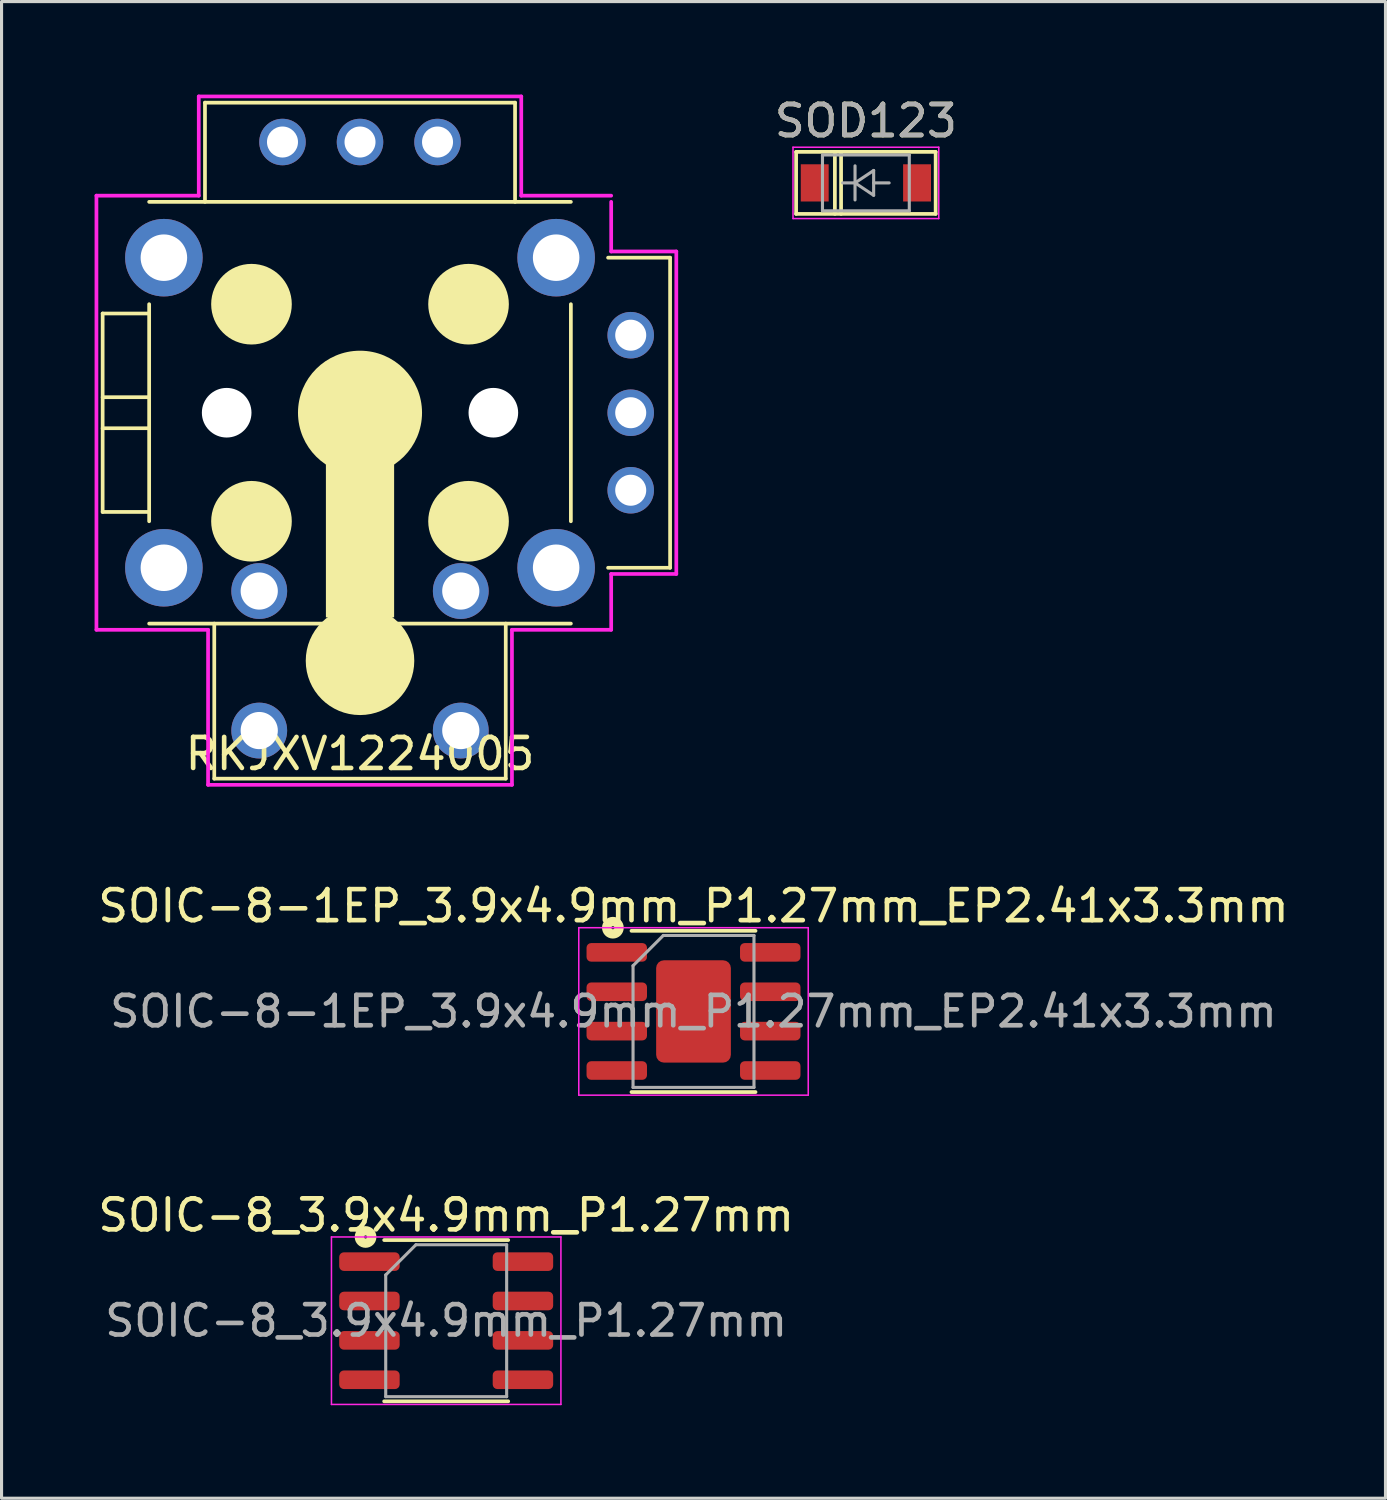
<source format=kicad_pcb>
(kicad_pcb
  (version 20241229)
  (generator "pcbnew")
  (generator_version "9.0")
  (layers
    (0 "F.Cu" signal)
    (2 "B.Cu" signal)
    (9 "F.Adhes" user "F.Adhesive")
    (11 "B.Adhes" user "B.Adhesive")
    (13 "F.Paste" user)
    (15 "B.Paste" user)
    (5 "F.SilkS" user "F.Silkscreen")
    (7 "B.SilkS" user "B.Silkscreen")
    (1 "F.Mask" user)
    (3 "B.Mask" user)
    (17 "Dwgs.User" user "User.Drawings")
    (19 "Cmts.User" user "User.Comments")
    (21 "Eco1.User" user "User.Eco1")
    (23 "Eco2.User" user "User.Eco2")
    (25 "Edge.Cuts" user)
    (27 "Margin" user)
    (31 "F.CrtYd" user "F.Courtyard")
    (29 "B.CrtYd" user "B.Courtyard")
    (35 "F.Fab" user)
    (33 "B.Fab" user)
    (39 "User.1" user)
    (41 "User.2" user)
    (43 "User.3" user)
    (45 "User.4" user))
  (footprint "SOD123"
    (layer "F.Cu")
    (at 24.874 2.848)
    (property "Reference" "SOD123" (at 0 -2 0) (layer "F.SilkS") (effects (font (size 1 1) (thickness 0.15))))
    (attr smd)
    (fp_line (start -2.25 -1) (end -2.25 1) (stroke (width 0.12) (type solid)) (layer "F.SilkS"))
    (fp_line (start -2.25 -1) (end 2.25 -1) (stroke (width 0.12) (type solid)) (layer "F.SilkS"))
    (fp_line (start -2.25 1) (end 2.25 1) (stroke (width 0.12) (type solid)) (layer "F.SilkS"))
    (fp_line (start -1 -1) (end -1 1) (stroke (width 0.12) (type solid)) (layer "F.SilkS"))
    (fp_line (start -0.8 -1) (end -0.8 1) (stroke (width 0.12) (type solid)) (layer "F.SilkS"))
    (fp_line (start 2.25 1) (end 2.25 -1) (stroke (width 0.12) (type solid)) (layer "F.SilkS"))
    (fp_line (start -2.35 -1.15) (end -2.35 1.15) (stroke (width 0.05) (type solid)) (layer "F.CrtYd"))
    (fp_line (start -2.35 -1.15) (end 2.35 -1.15) (stroke (width 0.05) (type solid)) (layer "F.CrtYd"))
    (fp_line (start 2.35 -1.15) (end 2.35 1.15) (stroke (width 0.05) (type solid)) (layer "F.CrtYd"))
    (fp_line (start 2.35 1.15) (end -2.35 1.15) (stroke (width 0.05) (type solid)) (layer "F.CrtYd"))
    (fp_line (start -1.4 -0.9) (end 1.4 -0.9) (stroke (width 0.1) (type solid)) (layer "F.Fab"))
    (fp_line (start -1.4 0.9) (end -1.4 -0.9) (stroke (width 0.1) (type solid)) (layer "F.Fab"))
    (fp_line (start -0.75 0) (end -0.35 0) (stroke (width 0.1) (type solid)) (layer "F.Fab"))
    (fp_line (start -0.35 0) (end -0.35 -0.55) (stroke (width 0.1) (type solid)) (layer "F.Fab"))
    (fp_line (start -0.35 0) (end -0.35 0.55) (stroke (width 0.1) (type solid)) (layer "F.Fab"))
    (fp_line (start -0.35 0) (end 0.25 -0.4) (stroke (width 0.1) (type solid)) (layer "F.Fab"))
    (fp_line (start 0.25 -0.4) (end 0.25 0.4) (stroke (width 0.1) (type solid)) (layer "F.Fab"))
    (fp_line (start 0.25 0) (end 0.75 0) (stroke (width 0.1) (type solid)) (layer "F.Fab"))
    (fp_line (start 0.25 0.4) (end -0.35 0) (stroke (width 0.1) (type solid)) (layer "F.Fab"))
    (fp_line (start 1.4 -0.9) (end 1.4 0.9) (stroke (width 0.1) (type solid)) (layer "F.Fab"))
    (fp_line (start 1.4 0.9) (end -1.4 0.9) (stroke (width 0.1) (type solid)) (layer "F.Fab"))
    (fp_text user "${REFERENCE}" (at 0 -2 0) (layer "F.Fab") (effects (font (size 1 1) (thickness 0.15))))
    (pad "1" smd rect (at -1.65 0) (size 0.9 1.2) (layers "F.Cu" "F.Mask" "F.Paste"))
    (pad "2" smd rect (at 1.65 0) (size 0.9 1.2) (layers "F.Cu" "F.Mask" "F.Paste")))
  (footprint "SOIC-8_3.9x4.9mm_P1.27mm"
    (layer "F.Cu")
    (at 11.339 39.541)
    (property "Reference" "SOIC-8_3.9x4.9mm_P1.27mm" (at 0 -3.4 0) (layer "F.SilkS") (effects (font (size 1 1) (thickness 0.15))))
    (attr smd)
    (fp_line (start -2 -2.6) (end 2 -2.6) (stroke (width 0.12) (type solid)) (layer "F.SilkS"))
    (fp_line (start -2 2.6) (end 2 2.6) (stroke (width 0.12) (type solid)) (layer "F.SilkS"))
    (fp_circle (center -2.6 -2.7) (end -2.4 -2.7) (stroke (width 0.3) (type solid)) (fill no) (layer "F.SilkS"))
    (fp_line (start -3.7 -2.7) (end -3.7 2.7) (stroke (width 0.05) (type solid)) (layer "F.CrtYd"))
    (fp_line (start -3.7 2.7) (end 3.7 2.7) (stroke (width 0.05) (type solid)) (layer "F.CrtYd"))
    (fp_line (start 3.7 -2.7) (end -3.7 -2.7) (stroke (width 0.05) (type solid)) (layer "F.CrtYd"))
    (fp_line (start 3.7 2.7) (end 3.7 -2.7) (stroke (width 0.05) (type solid)) (layer "F.CrtYd"))
    (fp_line (start -1.95 -1.475) (end -0.975 -2.45) (stroke (width 0.1) (type solid)) (layer "F.Fab"))
    (fp_line (start -1.95 2.45) (end -1.95 -1.475) (stroke (width 0.1) (type solid)) (layer "F.Fab"))
    (fp_line (start -0.975 -2.45) (end 1.95 -2.45) (stroke (width 0.1) (type solid)) (layer "F.Fab"))
    (fp_line (start 1.95 -2.45) (end 1.95 2.45) (stroke (width 0.1) (type solid)) (layer "F.Fab"))
    (fp_line (start 1.95 2.45) (end -1.95 2.45) (stroke (width 0.1) (type solid)) (layer "F.Fab"))
    (fp_text user "${REFERENCE}" (at 0 0 0) (layer "F.Fab") (effects (font (size 0.98 0.98) (thickness 0.15))))
    (pad "1" smd roundrect (at -2.475 -1.905) (size 1.95 0.6) (layers "F.Cu" "F.Mask" "F.Paste") (roundrect_rratio 0.25))
    (pad "2" smd roundrect (at -2.475 -0.635) (size 1.95 0.6) (layers "F.Cu" "F.Mask" "F.Paste") (roundrect_rratio 0.25))
    (pad "3" smd roundrect (at -2.475 0.635) (size 1.95 0.6) (layers "F.Cu" "F.Mask" "F.Paste") (roundrect_rratio 0.25))
    (pad "4" smd roundrect (at -2.475 1.905) (size 1.95 0.6) (layers "F.Cu" "F.Mask" "F.Paste") (roundrect_rratio 0.25))
    (pad "5" smd roundrect (at 2.475 1.905) (size 1.95 0.6) (layers "F.Cu" "F.Mask" "F.Paste") (roundrect_rratio 0.25))
    (pad "6" smd roundrect (at 2.475 0.635) (size 1.95 0.6) (layers "F.Cu" "F.Mask" "F.Paste") (roundrect_rratio 0.25))
    (pad "7" smd roundrect (at 2.475 -0.635) (size 1.95 0.6) (layers "F.Cu" "F.Mask" "F.Paste") (roundrect_rratio 0.25))
    (pad "8" smd roundrect (at 2.475 -1.905) (size 1.95 0.6) (layers "F.Cu" "F.Mask" "F.Paste") (roundrect_rratio 0.25)))
  (footprint "SOIC-8-1EP_3.9x4.9mm_P1.27mm_EP2.41x3.3mm"
    (layer "F.Cu")
    (at 19.315 29.568)
    (property "Reference" "SOIC-8-1EP_3.9x4.9mm_P1.27mm_EP2.41x3.3mm" (at 0 -3.4 0) (layer "F.SilkS") (effects (font (size 1 1) (thickness 0.15))))
    (attr smd)
    (fp_line (start -2 -2.6) (end 2 -2.6) (stroke (width 0.12) (type solid)) (layer "F.SilkS"))
    (fp_line (start -2 2.6) (end 2 2.6) (stroke (width 0.12) (type solid)) (layer "F.SilkS"))
    (fp_circle (center -2.6 -2.7) (end -2.4 -2.7) (stroke (width 0.3) (type solid)) (fill no) (layer "F.SilkS"))
    (fp_line (start -3.7 -2.7) (end -3.7 2.7) (stroke (width 0.05) (type solid)) (layer "F.CrtYd"))
    (fp_line (start -3.7 2.7) (end 3.7 2.7) (stroke (width 0.05) (type solid)) (layer "F.CrtYd"))
    (fp_line (start 3.7 -2.7) (end -3.7 -2.7) (stroke (width 0.05) (type solid)) (layer "F.CrtYd"))
    (fp_line (start 3.7 2.7) (end 3.7 -2.7) (stroke (width 0.05) (type solid)) (layer "F.CrtYd"))
    (fp_line (start -1.95 -1.475) (end -0.975 -2.45) (stroke (width 0.1) (type solid)) (layer "F.Fab"))
    (fp_line (start -1.95 2.45) (end -1.95 -1.475) (stroke (width 0.1) (type solid)) (layer "F.Fab"))
    (fp_line (start -0.975 -2.45) (end 1.95 -2.45) (stroke (width 0.1) (type solid)) (layer "F.Fab"))
    (fp_line (start 1.95 -2.45) (end 1.95 2.45) (stroke (width 0.1) (type solid)) (layer "F.Fab"))
    (fp_line (start 1.95 2.45) (end -1.95 2.45) (stroke (width 0.1) (type solid)) (layer "F.Fab"))
    (fp_text user "${REFERENCE}" (at 0 0 0) (layer "F.Fab") (effects (font (size 0.98 0.98) (thickness 0.15))))
    (pad "" smd roundrect (at -0.6 -0.825) (size 0.97 1.33) (layers "F.Paste") (roundrect_rratio 0.25))
    (pad "" smd roundrect (at -0.6 0.825) (size 0.97 1.33) (layers "F.Paste") (roundrect_rratio 0.25))
    (pad "" smd roundrect (at 0.6 -0.825) (size 0.97 1.33) (layers "F.Paste") (roundrect_rratio 0.25))
    (pad "" smd roundrect (at 0.6 0.825) (size 0.97 1.33) (layers "F.Paste") (roundrect_rratio 0.25))
    (pad "1" smd roundrect (at -2.475 -1.905) (size 1.95 0.6) (layers "F.Cu" "F.Mask" "F.Paste") (roundrect_rratio 0.25))
    (pad "2" smd roundrect (at -2.475 -0.635) (size 1.95 0.6) (layers "F.Cu" "F.Mask" "F.Paste") (roundrect_rratio 0.25))
    (pad "3" smd roundrect (at -2.475 0.635) (size 1.95 0.6) (layers "F.Cu" "F.Mask" "F.Paste") (roundrect_rratio 0.25))
    (pad "4" smd roundrect (at -2.475 1.905) (size 1.95 0.6) (layers "F.Cu" "F.Mask" "F.Paste") (roundrect_rratio 0.25))
    (pad "5" smd roundrect (at 2.475 1.905) (size 1.95 0.6) (layers "F.Cu" "F.Mask" "F.Paste") (roundrect_rratio 0.25))
    (pad "6" smd roundrect (at 2.475 0.635) (size 1.95 0.6) (layers "F.Cu" "F.Mask" "F.Paste") (roundrect_rratio 0.25))
    (pad "7" smd roundrect (at 2.475 -0.635) (size 1.95 0.6) (layers "F.Cu" "F.Mask" "F.Paste") (roundrect_rratio 0.25))
    (pad "8" smd roundrect (at 2.475 -1.905) (size 1.95 0.6) (layers "F.Cu" "F.Mask" "F.Paste") (roundrect_rratio 0.25))
    (pad "9" smd roundrect (at 0 0) (size 2.41 3.3) (layers "F.Cu" "F.Mask") (roundrect_rratio 0.104)))
  (footprint "RKJXV1224005"
    (layer "F.Cu")
    (at 8.56 10.26)
    (property "Reference" "RKJXV1224005" (at 0 11 0) (layer "F.SilkS") (effects (font (size 1 1) (thickness 0.15))))
    (attr through_hole)
    (fp_line (start -8.3 -3.2) (end -8.3 3.2) (stroke (width 0.12) (type solid)) (layer "F.SilkS"))
    (fp_line (start -8.3 3.2) (end -6.8 3.2) (stroke (width 0.12) (type solid)) (layer "F.SilkS"))
    (fp_line (start -6.8 -6.8) (end 6.8 -6.8) (stroke (width 0.12) (type solid)) (layer "F.SilkS"))
    (fp_line (start -6.8 -3.2) (end -8.3 -3.2) (stroke (width 0.12) (type solid)) (layer "F.SilkS"))
    (fp_line (start -6.8 -0.5) (end -8.3 -0.5) (stroke (width 0.12) (type solid)) (layer "F.SilkS"))
    (fp_line (start -6.8 0.5) (end -8.3 0.5) (stroke (width 0.12) (type solid)) (layer "F.SilkS"))
    (fp_line (start -6.8 3.5) (end -6.8 -3.5) (stroke (width 0.12) (type solid)) (layer "F.SilkS"))
    (fp_line (start -5 -10) (end 5 -10) (stroke (width 0.12) (type solid)) (layer "F.SilkS"))
    (fp_line (start -5 -6.8) (end -5 -10) (stroke (width 0.12) (type solid)) (layer "F.SilkS"))
    (fp_line (start -4.7 6.8) (end -4.7 11.8) (stroke (width 0.12) (type solid)) (layer "F.SilkS"))
    (fp_line (start -4.7 11.8) (end 4.7 11.8) (stroke (width 0.12) (type solid)) (layer "F.SilkS"))
    (fp_line (start 4.7 11.8) (end 4.7 6.8) (stroke (width 0.12) (type solid)) (layer "F.SilkS"))
    (fp_line (start 5 -10) (end 5 -6.8) (stroke (width 0.12) (type solid)) (layer "F.SilkS"))
    (fp_line (start 6.8 -3.5) (end 6.8 3.5) (stroke (width 0.12) (type solid)) (layer "F.SilkS"))
    (fp_line (start 6.8 6.8) (end -6.8 6.8) (stroke (width 0.12) (type solid)) (layer "F.SilkS"))
    (fp_line (start 8 -5) (end 10 -5) (stroke (width 0.12) (type solid)) (layer "F.SilkS"))
    (fp_line (start 10 -5) (end 10 5) (stroke (width 0.12) (type solid)) (layer "F.SilkS"))
    (fp_line (start 10 5) (end 8 5) (stroke (width 0.12) (type solid)) (layer "F.SilkS"))
    (fp_line (start -8.5 -7) (end -5.2 -7) (stroke (width 0.12) (type solid)) (layer "F.CrtYd"))
    (fp_line (start -8.5 7) (end -8.5 -7) (stroke (width 0.12) (type solid)) (layer "F.CrtYd"))
    (fp_line (start -5.2 -10.2) (end 5.2 -10.2) (stroke (width 0.12) (type solid)) (layer "F.CrtYd"))
    (fp_line (start -5.2 -7) (end -5.2 -10.2) (stroke (width 0.12) (type solid)) (layer "F.CrtYd"))
    (fp_line (start -4.9 7) (end -8.5 7) (stroke (width 0.12) (type solid)) (layer "F.CrtYd"))
    (fp_line (start -4.9 12) (end -4.9 7) (stroke (width 0.12) (type solid)) (layer "F.CrtYd"))
    (fp_line (start 4.9 7) (end 4.9 12) (stroke (width 0.12) (type solid)) (layer "F.CrtYd"))
    (fp_line (start 4.9 12) (end -4.9 12) (stroke (width 0.12) (type solid)) (layer "F.CrtYd"))
    (fp_line (start 5.2 -10.2) (end 5.2 -7) (stroke (width 0.12) (type solid)) (layer "F.CrtYd"))
    (fp_line (start 5.2 -7) (end 8.1 -7) (stroke (width 0.12) (type solid)) (layer "F.CrtYd"))
    (fp_line (start 8.1 -6.8) (end 8.1 -5.2) (stroke (width 0.12) (type solid)) (layer "F.CrtYd"))
    (fp_line (start 8.1 -5.2) (end 10.2 -5.2) (stroke (width 0.12) (type solid)) (layer "F.CrtYd"))
    (fp_line (start 8.1 5.2) (end 8.1 7) (stroke (width 0.12) (type solid)) (layer "F.CrtYd"))
    (fp_line (start 8.1 7) (end 4.9 7) (stroke (width 0.12) (type solid)) (layer "F.CrtYd"))
    (fp_line (start 10.2 -5.2) (end 10.2 5.2) (stroke (width 0.12) (type solid)) (layer "F.CrtYd"))
    (fp_line (start 10.2 5.2) (end 8.1 5.2) (stroke (width 0.12) (type solid)) (layer "F.CrtYd"))
    (pad "" np_thru_hole circle (at -4.3 0) (size 1.6 1.6) (drill 1.6) (layers "*.Cu" "F.Mask"))
    (pad "" connect circle (at -3.5 -3.5) (size 2.6 2.6) (layers "F.SilkS"))
    (pad "" connect circle (at -3.5 3.5) (size 2.6 2.6) (layers "F.SilkS"))
    (pad "" connect circle (at 0 0) (size 4 4) (layers "F.SilkS"))
    (pad "" connect rect (at 0 4.1) (size 2.2 5) (layers "F.SilkS"))
    (pad "" connect circle (at 0 8) (size 3.5 3.5) (layers "F.SilkS"))
    (pad "" connect circle (at 3.5 -3.5) (size 2.6 2.6) (layers "F.SilkS"))
    (pad "" connect circle (at 3.5 3.5) (size 2.6 2.6) (layers "F.SilkS"))
    (pad "" np_thru_hole circle (at 4.3 0) (size 1.6 1.6) (drill 1.6) (layers "*.Cu" "F.Mask"))
    (pad "1" thru_hole circle (at 8.73 2.5) (size 1.5 1.5) (drill 1) (layers "*.Cu" "*.Mask"))
    (pad "2" thru_hole circle (at 8.73 0) (size 1.5 1.5) (drill 1) (layers "*.Cu" "*.Mask"))
    (pad "3" thru_hole circle (at 8.73 -2.5) (size 1.5 1.5) (drill 1) (layers "*.Cu" "*.Mask"))
    (pad "4" thru_hole circle (at 2.5 -8.73) (size 1.5 1.5) (drill 1) (layers "*.Cu" "*.Mask"))
    (pad "5" thru_hole circle (at 0 -8.73) (size 1.5 1.5) (drill 1) (layers "*.Cu" "*.Mask"))
    (pad "6" thru_hole circle (at -2.5 -8.73) (size 1.5 1.5) (drill 1) (layers "*.Cu" "*.Mask"))
    (pad "SH1" thru_hole circle (at 6.325 5) (size 2.5 2.5) (drill 1.5) (layers "*.Cu" "*.Mask"))
    (pad "SH2" thru_hole circle (at 6.325 -5) (size 2.5 2.5) (drill 1.5) (layers "*.Cu" "*.Mask"))
    (pad "SH3" thru_hole circle (at -6.325 -5) (size 2.5 2.5) (drill 1.5) (layers "*.Cu" "*.Mask"))
    (pad "SH4" thru_hole circle (at -6.325 5) (size 2.5 2.5) (drill 1.5) (layers "*.Cu" "*.Mask"))
    (pad "a" thru_hole circle (at -3.25 5.75) (size 1.8 1.8) (drill 1.2) (layers "*.Cu" "*.Mask"))
    (pad "b" thru_hole circle (at -3.25 10.25) (size 1.8 1.8) (drill 1.2) (layers "*.Cu" "*.Mask"))
    (pad "c" thru_hole circle (at 3.25 5.75) (size 1.8 1.8) (drill 1.2) (layers "*.Cu" "*.Mask"))
    (pad "d" thru_hole circle (at 3.25 10.25) (size 1.8 1.8) (drill 1.2) (layers "*.Cu" "*.Mask")))
  (gr_rect
    (start -3 -3)
    (end 41.631 45.267)
    (stroke (width 0.1) (type default))
    (fill no)
    (layer "Edge.Cuts")))
</source>
